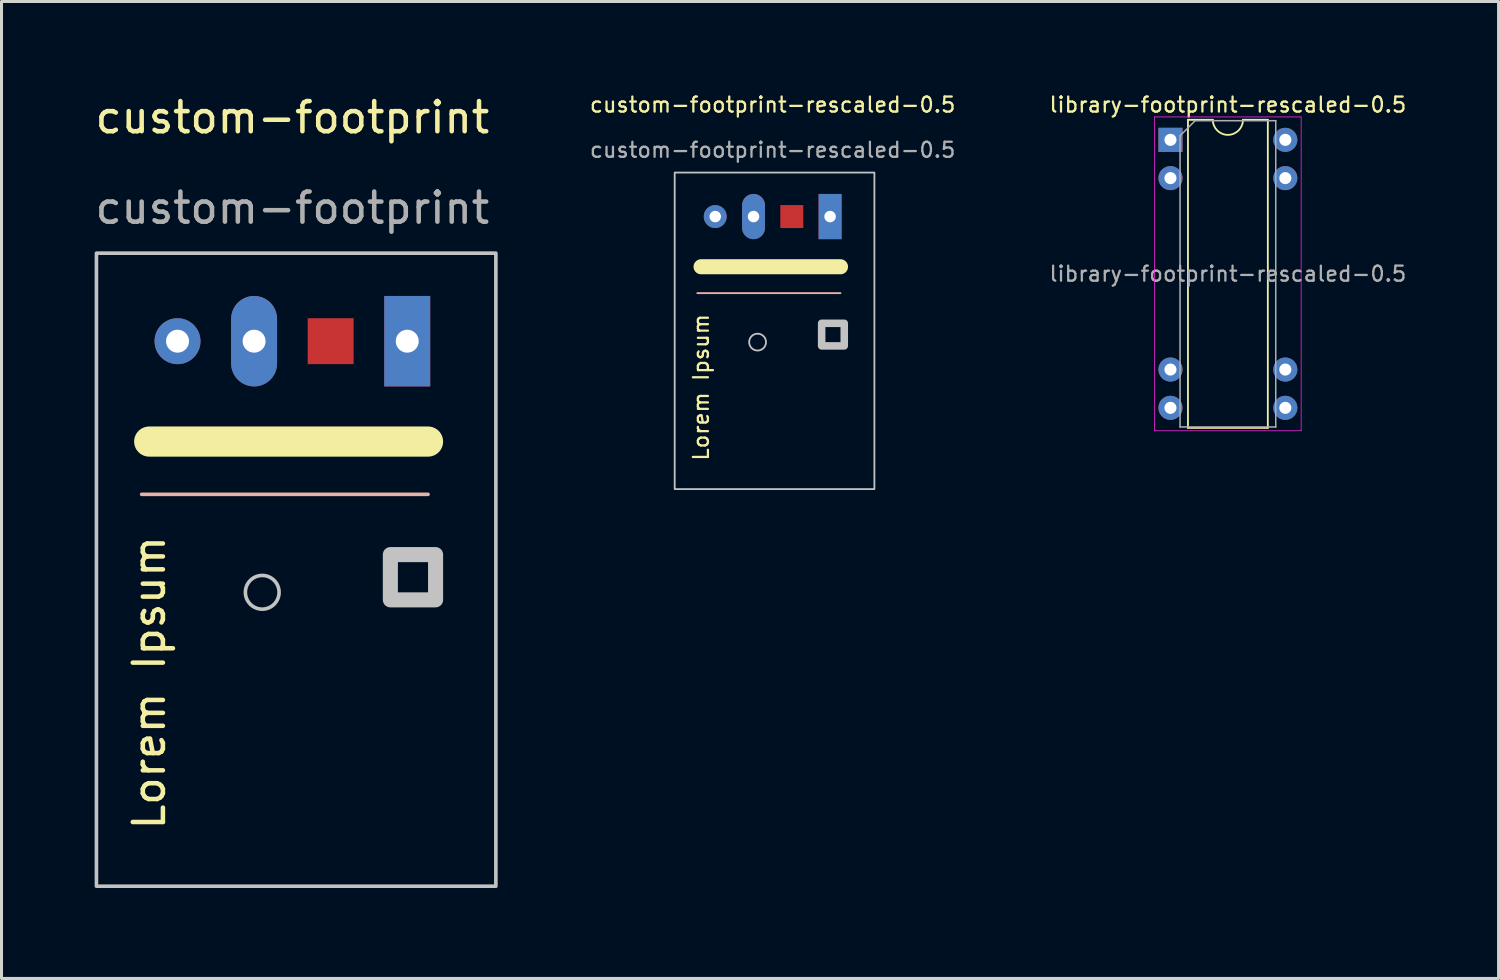
<source format=kicad_pcb>
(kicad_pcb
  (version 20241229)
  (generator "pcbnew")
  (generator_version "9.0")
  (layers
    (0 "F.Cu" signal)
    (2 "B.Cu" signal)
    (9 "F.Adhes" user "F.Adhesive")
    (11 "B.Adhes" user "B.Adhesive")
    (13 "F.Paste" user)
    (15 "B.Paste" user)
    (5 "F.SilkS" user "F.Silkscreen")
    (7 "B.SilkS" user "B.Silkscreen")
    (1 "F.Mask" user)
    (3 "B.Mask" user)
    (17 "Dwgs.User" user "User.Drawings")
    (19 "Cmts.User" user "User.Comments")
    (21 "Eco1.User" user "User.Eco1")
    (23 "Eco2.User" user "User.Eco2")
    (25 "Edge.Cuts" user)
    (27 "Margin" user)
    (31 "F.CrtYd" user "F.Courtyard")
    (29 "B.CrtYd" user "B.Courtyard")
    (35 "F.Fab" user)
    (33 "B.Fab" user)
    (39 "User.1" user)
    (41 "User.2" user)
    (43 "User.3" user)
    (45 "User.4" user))
  (footprint "library-footprint-rescaled-0.5"
    (layer "F.Cu")
    (at 35.777 1.589)
    (property "Reference" "library-footprint-rescaled-0.5" (at 1.905 -1.165 0) (layer "F.SilkS") (effects (font (size 0.5 0.5) (thickness 0.075))))
    (attr through_hole)
    (fp_line (start 0.58 -0.665) (end 0.58 9.555) (stroke (width 0.06) (type solid)) (layer "F.SilkS"))
    (fp_line (start 0.58 9.555) (end 3.23 9.555) (stroke (width 0.06) (type solid)) (layer "F.SilkS"))
    (fp_line (start 1.405 -0.665) (end 0.58 -0.665) (stroke (width 0.06) (type solid)) (layer "F.SilkS"))
    (fp_line (start 3.23 -0.665) (end 2.405 -0.665) (stroke (width 0.06) (type solid)) (layer "F.SilkS"))
    (fp_line (start 3.23 9.555) (end 3.23 -0.665) (stroke (width 0.06) (type solid)) (layer "F.SilkS"))
    (fp_arc (start 2.405 -0.665) (mid 1.905 -0.165) (end 1.405 -0.665) (stroke (width 0.06) (type solid)) (layer "F.SilkS"))
    (fp_line (start -0.53 -0.76) (end -0.53 9.65) (stroke (width 0.025) (type solid)) (layer "F.CrtYd"))
    (fp_line (start -0.53 9.65) (end 4.335 9.65) (stroke (width 0.025) (type solid)) (layer "F.CrtYd"))
    (fp_line (start 4.335 -0.76) (end -0.53 -0.76) (stroke (width 0.025) (type solid)) (layer "F.CrtYd"))
    (fp_line (start 4.335 9.65) (end 4.335 -0.76) (stroke (width 0.025) (type solid)) (layer "F.CrtYd"))
    (fp_line (start 0.318 -0.135) (end 0.818 -0.635) (stroke (width 0.05) (type solid)) (layer "F.Fab"))
    (fp_line (start 0.318 9.525) (end 0.318 -0.135) (stroke (width 0.05) (type solid)) (layer "F.Fab"))
    (fp_line (start 0.818 -0.635) (end 3.493 -0.635) (stroke (width 0.05) (type solid)) (layer "F.Fab"))
    (fp_line (start 3.493 -0.635) (end 3.493 9.525) (stroke (width 0.05) (type solid)) (layer "F.Fab"))
    (fp_line (start 3.493 9.525) (end 0.318 9.525) (stroke (width 0.05) (type solid)) (layer "F.Fab"))
    (fp_text user "${REFERENCE}" (at 1.905 4.445 0) (layer "F.Fab") (effects (font (size 0.5 0.5) (thickness 0.075))))
    (pad "1" thru_hole rect (at 0 0) (size 0.8 0.8) (drill 0.4) (layers "*.Cu" "*.Mask"))
    (pad "2" thru_hole circle (at 0 1.27) (size 0.8 0.8) (drill 0.4) (layers "*.Cu" "*.Mask"))
    (pad "3" thru_hole circle (at 0 7.62) (size 0.8 0.8) (drill 0.4) (layers "*.Cu" "*.Mask"))
    (pad "4" thru_hole circle (at 0 8.89) (size 0.8 0.8) (drill 0.4) (layers "*.Cu" "*.Mask"))
    (pad "5" thru_hole circle (at 3.81 8.89) (size 0.8 0.8) (drill 0.4) (layers "*.Cu" "*.Mask"))
    (pad "6" thru_hole circle (at 3.81 7.62) (size 0.8 0.8) (drill 0.4) (layers "*.Cu" "*.Mask"))
    (pad "7" thru_hole circle (at 3.81 1.27) (size 0.8 0.8) (drill 0.4) (layers "*.Cu" "*.Mask"))
    (pad "8" thru_hole circle (at 3.81 0) (size 0.8 0.8) (drill 0.4) (layers "*.Cu" "*.Mask")))
  (footprint "custom-footprint-rescaled-0.5"
    (layer "F.Cu")
    (at 22.581 0.674)
    (property "Reference" "custom-footprint-rescaled-0.5" (at 0 -0.25 0) (unlocked yes) (layer "F.SilkS") (effects (font (size 0.5 0.5) (thickness 0.075))))
    (attr through_hole)
    (fp_line (start -2.375 5.125) (end 2.25 5.125) (stroke (width 0.5) (type solid)) (layer "F.SilkS"))
    (fp_line (start -2.5 6) (end 2.25 6) (stroke (width 0.06) (type solid)) (layer "B.SilkS"))
    (fp_line (start -1.25 6.625) (end 0.25 6.625) (stroke (width 0.06) (type solid)) (layer "B.Paste"))
    (fp_line (start 0.625 7) (end 0.625 8.125) (stroke (width 0.06) (type solid)) (layer "B.Paste"))
    (fp_rect (start 1.25 6.625) (end 2.75 8.125) (stroke (width 0.06) (type solid)) (fill no) (layer "B.Paste"))
    (fp_arc (start 0.25 6.625) (mid 0.515165 6.734835) (end 0.625 7) (stroke (width 0.06) (type solid)) (layer "B.Paste"))
    (fp_circle (center -0.5 7.625) (end 0 7.25) (stroke (width 0.06) (type solid)) (fill no) (layer "B.Paste"))
    (fp_poly (pts (xy 2.75 10.75) (xy 1.375 10.75) (xy 1.375 11.625) (xy -1.375 11.625) (xy -1.375 9) (xy 2.75 9)) (stroke (width 0.06) (type solid)) (fill yes) (layer "B.Paste"))
    (fp_rect (start -3.25 2) (end 3.375 12.5) (stroke (width 0.06) (type solid)) (fill no) (layer "Dwgs.User"))
    (fp_rect (start 1.625 7) (end 2.375 7.75) (stroke (width 0.25) (type solid)) (fill no) (layer "Dwgs.User"))
    (fp_circle (center -0.5 7.625) (end -0.375 7.375) (stroke (width 0.06) (type solid)) (fill no) (layer "Dwgs.User"))
    (fp_text user "Lorem Ipsum" (at -2.375 9.125 90) (unlocked yes) (layer "F.SilkS") (effects (font (size 0.5 0.5) (thickness 0.075))))
    (fp_text user "${REFERENCE}" (at 0 1.25 0) (unlocked yes) (layer "F.Fab") (effects (font (size 0.5 0.5) (thickness 0.075))))
    (pad "1" thru_hole circle (at -1.905 3.46) (size 0.762 0.762) (drill 0.381) (layers "*.Cu" "*.Mask"))
    (pad "2" thru_hole oval (at -0.635 3.46) (size 0.762 1.5) (drill 0.381) (layers "*.Cu" "*.Mask"))
    (pad "4" smd rect (at 0.635 3.46) (size 0.762 0.762) (layers "F.Cu" "F.Mask" "F.Paste"))
    (pad "5" thru_hole rect (at 1.905 3.46) (size 0.762 1.5) (drill 0.381) (layers "*.Cu" "*.Mask")))
  (footprint "custom-footprint"
    (layer "F.Cu")
    (at 6.649 1.348)
    (property "Reference" "custom-footprint" (at 0 -0.5 0) (unlocked yes) (layer "F.SilkS") (effects (font (size 1 1) (thickness 0.15))))
    (attr through_hole)
    (fp_line (start -4.75 10.25) (end 4.5 10.25) (stroke (width 1) (type solid)) (layer "F.SilkS"))
    (fp_line (start -5 12) (end 4.5 12) (stroke (width 0.12) (type solid)) (layer "B.SilkS"))
    (fp_line (start -2.5 13.25) (end 0.5 13.25) (stroke (width 0.12) (type solid)) (layer "B.Paste"))
    (fp_line (start 1.25 14) (end 1.25 16.25) (stroke (width 0.12) (type solid)) (layer "B.Paste"))
    (fp_rect (start 2.5 13.25) (end 5.5 16.25) (stroke (width 0.12) (type solid)) (fill no) (layer "B.Paste"))
    (fp_arc (start 0.5 13.25) (mid 1.03033 13.46967) (end 1.25 14) (stroke (width 0.12) (type solid)) (layer "B.Paste"))
    (fp_circle (center -1 15.25) (end 0 14.5) (stroke (width 0.12) (type solid)) (fill no) (layer "B.Paste"))
    (fp_poly (pts (xy 5.5 21.5) (xy 2.75 21.5) (xy 2.75 23.25) (xy -2.75 23.25) (xy -2.75 18) (xy 5.5 18)) (stroke (width 0.12) (type solid)) (fill yes) (layer "B.Paste"))
    (fp_rect (start -6.5 4) (end 6.75 25) (stroke (width 0.12) (type solid)) (fill no) (layer "Dwgs.User"))
    (fp_rect (start 3.25 14) (end 4.75 15.5) (stroke (width 0.5) (type solid)) (fill no) (layer "Dwgs.User"))
    (fp_circle (center -1 15.25) (end -0.75 14.75) (stroke (width 0.12) (type solid)) (fill no) (layer "Dwgs.User"))
    (fp_text user "Lorem Ipsum" (at -4.75 18.25 90) (unlocked yes) (layer "F.SilkS") (effects (font (size 1 1) (thickness 0.15))))
    (fp_text user "${REFERENCE}" (at 0 2.5 0) (unlocked yes) (layer "F.Fab") (effects (font (size 1 1) (thickness 0.15))))
    (pad "1" thru_hole circle (at -3.81 6.92) (size 1.524 1.524) (drill 0.762) (layers "*.Cu" "*.Mask"))
    (pad "2" thru_hole oval (at -1.27 6.92) (size 1.524 3) (drill 0.762) (layers "*.Cu" "*.Mask"))
    (pad "4" smd rect (at 1.27 6.92) (size 1.524 1.524) (layers "F.Cu" "F.Mask" "F.Paste"))
    (pad "5" thru_hole rect (at 3.81 6.92) (size 1.524 3) (drill 0.762) (layers "*.Cu" "*.Mask")))
  (gr_rect
    (start -3 -3)
    (end 46.661 29.408)
    (stroke (width 0.1) (type default))
    (fill no)
    (layer "Edge.Cuts")))
</source>
